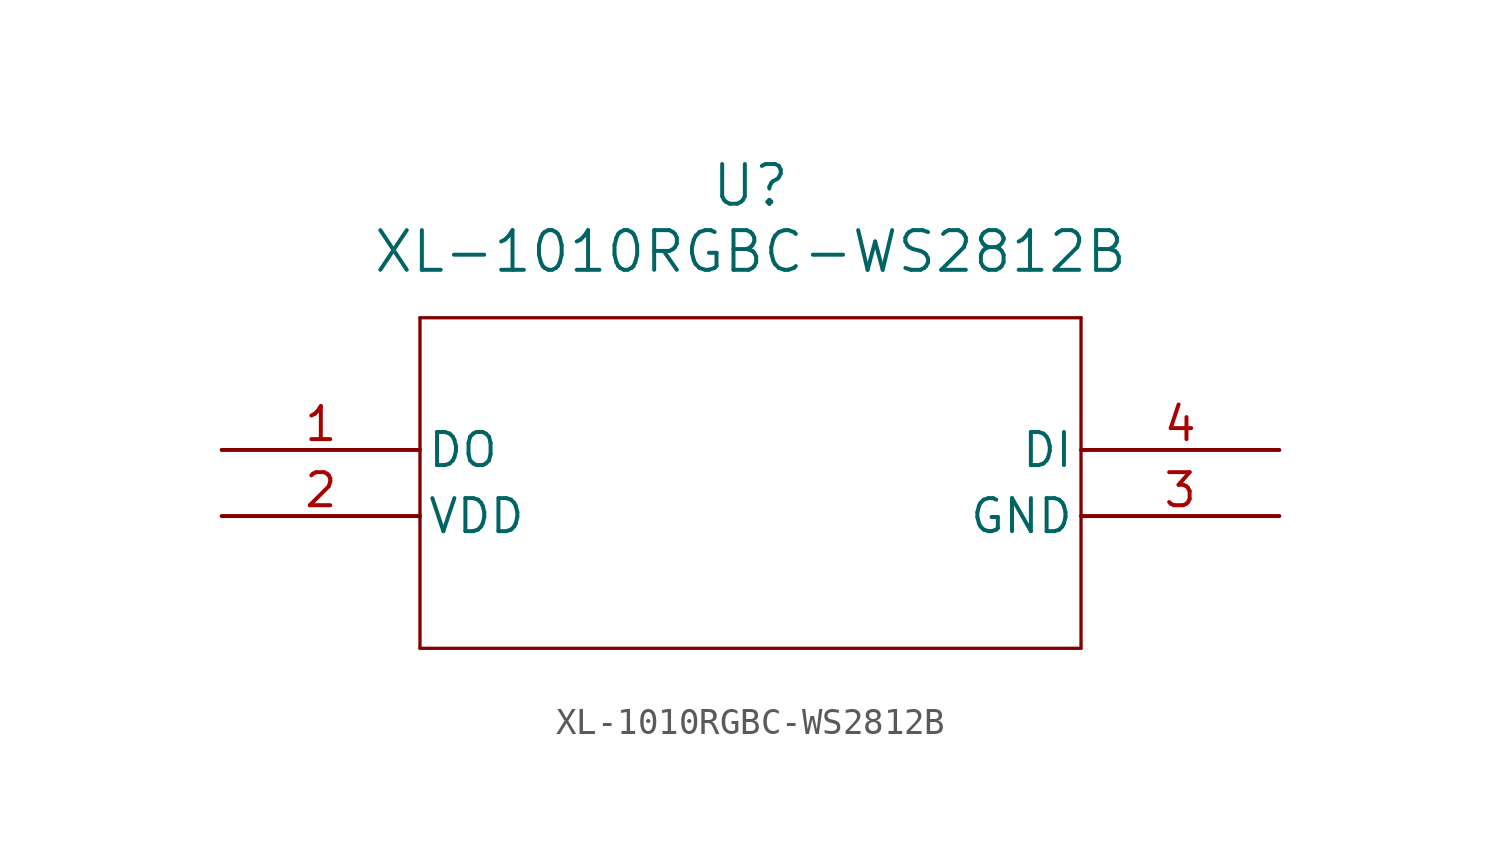
<source format=kicad_sym>
(kicad_symbol_lib
  (version 20211014)
  (generator kicad_symbol_editor)
  (symbol "XL-1010RGBC-WS2812B"
    (pin_names
      (offset 0.254))
    (property "Reference" "U"
      (at 20.32 10.16 0)
      (effects (font (size 1.524 1.524))))
    (property "Value" "XL-1010RGBC-WS2812B"
      (at 20.32 7.62 0)
      (effects (font (size 1.524 1.524))))
    (symbol "XL-1010RGBC-WS2812B_0_1"
      (polyline (pts (xy 7.62 5.08) (xy 7.62 -7.62)) (stroke (width 0.127) (type default) (color 0 0 0 0)) (fill (type none)))
      (polyline (pts (xy 7.62 -7.62) (xy 33.02 -7.62)) (stroke (width 0.127) (type default) (color 0 0 0 0)) (fill (type none)))
      (polyline (pts (xy 33.02 -7.62) (xy 33.02 5.08)) (stroke (width 0.127) (type default) (color 0 0 0 0)) (fill (type none)))
      (polyline (pts (xy 33.02 5.08) (xy 7.62 5.08)) (stroke (width 0.127) (type default) (color 0 0 0 0)) (fill (type none)))
      (pin output line (at 0 0 0) (length 7.62) (name "DO" (effects (font (size 1.27 1.27)))) (number "1" (effects (font (size 1.27 1.27)))))
      (pin power_in line (at 0 -2.54 0) (length 7.62) (name "VDD" (effects (font (size 1.27 1.27)))) (number "2" (effects (font (size 1.27 1.27)))))
      (pin power_out line (at 40.64 -2.54 180) (length 7.62) (name "GND" (effects (font (size 1.27 1.27)))) (number "3" (effects (font (size 1.27 1.27)))))
      (pin input line (at 40.64 0 180) (length 7.62) (name "DI" (effects (font (size 1.27 1.27)))) (number "4" (effects (font (size 1.27 1.27))))))))
</source>
